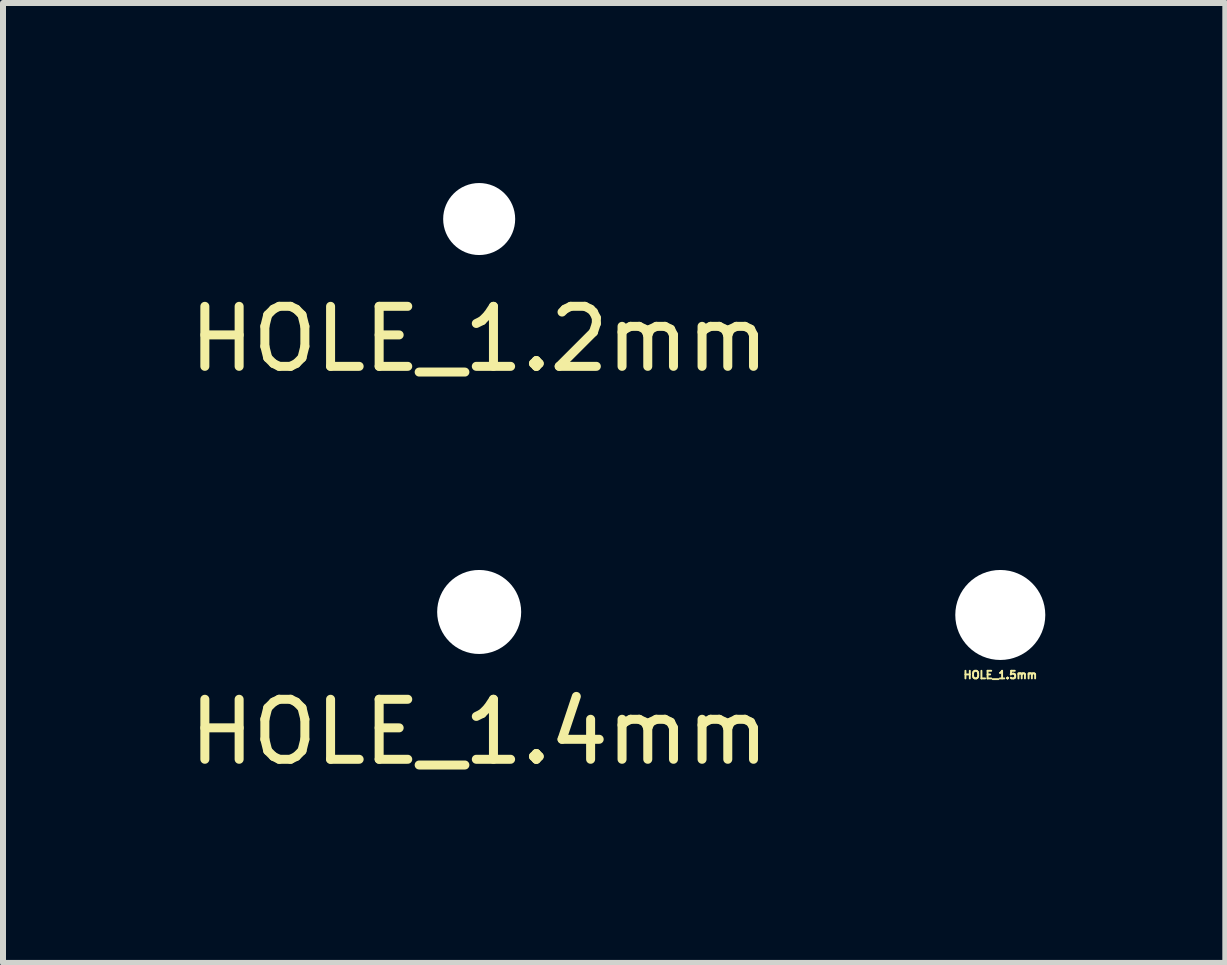
<source format=kicad_pcb>
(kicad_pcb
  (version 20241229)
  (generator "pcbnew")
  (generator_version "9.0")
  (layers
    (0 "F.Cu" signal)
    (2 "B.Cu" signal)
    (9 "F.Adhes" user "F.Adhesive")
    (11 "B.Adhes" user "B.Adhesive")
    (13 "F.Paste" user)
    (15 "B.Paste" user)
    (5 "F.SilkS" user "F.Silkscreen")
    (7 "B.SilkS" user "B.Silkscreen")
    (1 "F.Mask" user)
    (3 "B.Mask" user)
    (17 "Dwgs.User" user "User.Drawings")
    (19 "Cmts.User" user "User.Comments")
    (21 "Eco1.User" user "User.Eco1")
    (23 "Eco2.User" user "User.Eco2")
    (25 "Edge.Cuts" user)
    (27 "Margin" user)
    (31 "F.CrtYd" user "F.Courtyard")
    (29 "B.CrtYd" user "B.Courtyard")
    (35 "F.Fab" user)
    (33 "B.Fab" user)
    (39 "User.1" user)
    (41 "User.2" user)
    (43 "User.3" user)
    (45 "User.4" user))
  (footprint "HOLE_1.5mm"
    (layer "F.Cu")
    (at 13.619 7.198)
    (property "Reference" "HOLE_1.5mm" (at 0 1 0) (layer "F.SilkS") (effects (font (size 0.127 0.127) (thickness 0.032))))
    (attr through_hole)
    (pad "" np_thru_hole circle (at 0 0) (size 1.5 1.5) (drill 1.5) (layers "*.Cu" "*.Mask")))
  (footprint "HOLE_1.2mm"
    (layer "F.Cu")
    (at 4.935 0.6)
    (property "Reference" "HOLE_1.2mm" (at 0 2 0) (layer "F.SilkS") (effects (font (size 1 1) (thickness 0.15))))
    (attr through_hole)
    (pad "" np_thru_hole circle (at 0 0) (size 1.2 1.2) (drill 1.2) (layers "*.Cu")))
  (footprint "HOLE_1.4mm"
    (layer "F.Cu")
    (at 4.935 7.148)
    (property "Reference" "HOLE_1.4mm" (at 0 2 0) (layer "F.SilkS") (effects (font (size 1 1) (thickness 0.15))))
    (attr through_hole)
    (pad "" np_thru_hole circle (at 0 0) (size 1.4 1.4) (drill 1.4) (layers "*.Cu")))
  (gr_rect
    (start -3 -3)
    (end 17.369 12.996)
    (stroke (width 0.1) (type default))
    (fill no)
    (layer "Edge.Cuts")))
</source>
